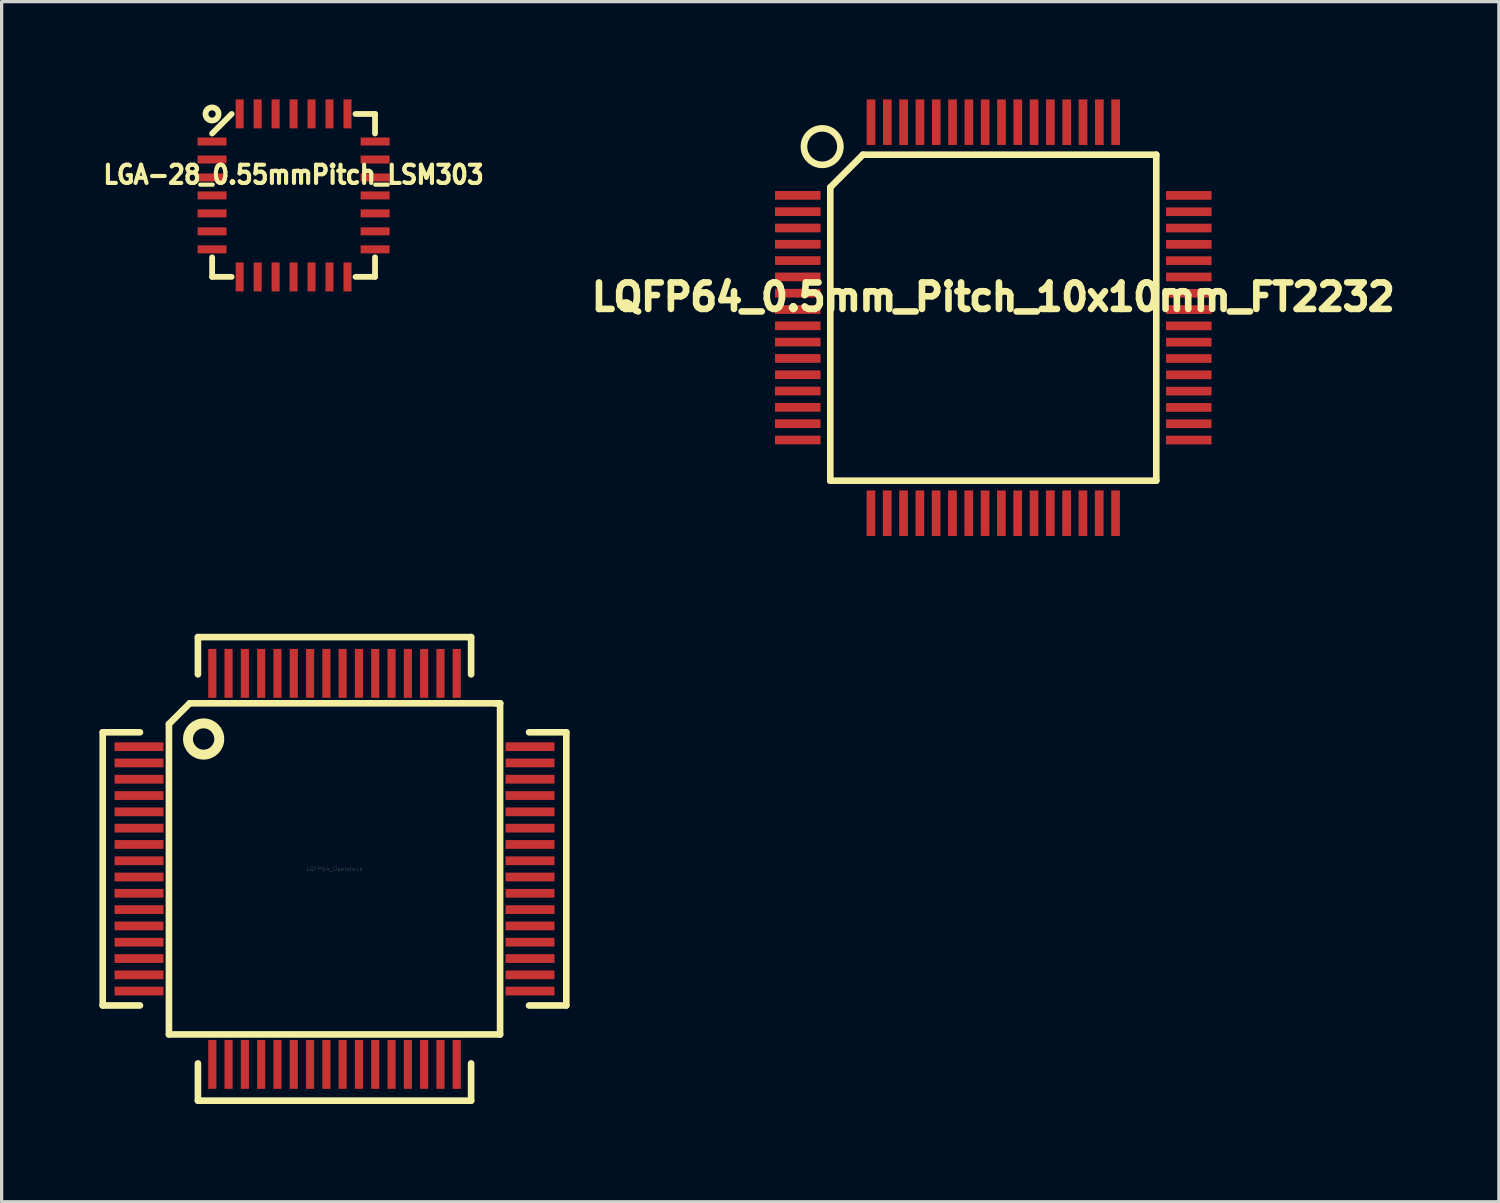
<source format=kicad_pcb>
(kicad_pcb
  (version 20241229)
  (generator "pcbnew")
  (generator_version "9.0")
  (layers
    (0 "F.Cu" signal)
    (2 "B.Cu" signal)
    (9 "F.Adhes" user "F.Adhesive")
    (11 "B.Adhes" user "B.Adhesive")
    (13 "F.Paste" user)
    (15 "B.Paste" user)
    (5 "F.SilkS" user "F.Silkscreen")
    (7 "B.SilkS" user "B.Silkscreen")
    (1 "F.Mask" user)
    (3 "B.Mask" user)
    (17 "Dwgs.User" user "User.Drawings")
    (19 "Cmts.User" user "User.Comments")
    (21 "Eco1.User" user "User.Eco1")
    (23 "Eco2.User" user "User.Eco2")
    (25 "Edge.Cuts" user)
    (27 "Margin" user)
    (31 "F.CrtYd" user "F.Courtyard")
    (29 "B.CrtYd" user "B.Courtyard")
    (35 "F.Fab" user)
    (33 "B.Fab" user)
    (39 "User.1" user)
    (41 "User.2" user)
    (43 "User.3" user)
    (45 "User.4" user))
  (footprint "LQFP64_0.5mm_Pitch_10x10mm_FT2232"
    (layer "F.Cu")
    (at 27.427 6.698)
    (property "Reference" "LQFP64_0.5mm_Pitch_10x10mm_FT2232" (at 0 -0.635 0) (layer "F.SilkS") (effects (font (size 0.813 0.813) (thickness 0.203))))
    (attr smd)
    (fp_line (start -5.001 -4) (end -4 -5.001) (stroke (width 0.203) (type solid)) (layer "F.SilkS"))
    (fp_line (start -5.001 5.001) (end -5.001 -4) (stroke (width 0.203) (type solid)) (layer "F.SilkS"))
    (fp_line (start 5.001 -5.001) (end -4 -5.001) (stroke (width 0.203) (type solid)) (layer "F.SilkS"))
    (fp_line (start 5.001 -5.001) (end 5.001 5.001) (stroke (width 0.203) (type solid)) (layer "F.SilkS"))
    (fp_line (start 5.001 5.001) (end -5.001 5.001) (stroke (width 0.203) (type solid)) (layer "F.SilkS"))
    (fp_circle (center -5.25 -5.25) (end -5.499 -5.751) (stroke (width 0.203) (type solid)) (fill no) (layer "F.SilkS"))
    (pad "1" smd rect (at -5.999 -3.754 90) (size 0.267 1.397) (layers "F.Cu" "F.Mask" "F.Paste"))
    (pad "2" smd rect (at -5.999 -3.254 90) (size 0.267 1.397) (layers "F.Cu" "F.Mask" "F.Paste"))
    (pad "3" smd rect (at -5.999 -2.753 90) (size 0.267 1.397) (layers "F.Cu" "F.Mask" "F.Paste"))
    (pad "4" smd rect (at -5.999 -2.253 90) (size 0.267 1.397) (layers "F.Cu" "F.Mask" "F.Paste"))
    (pad "5" smd rect (at -5.999 -1.753 90) (size 0.267 1.397) (layers "F.Cu" "F.Mask" "F.Paste"))
    (pad "6" smd rect (at -5.999 -1.252 90) (size 0.267 1.397) (layers "F.Cu" "F.Mask" "F.Paste"))
    (pad "7" smd rect (at -5.999 -0.752 90) (size 0.267 1.397) (layers "F.Cu" "F.Mask" "F.Paste"))
    (pad "8" smd rect (at -5.999 -0.251 90) (size 0.267 1.397) (layers "F.Cu" "F.Mask" "F.Paste"))
    (pad "9" smd rect (at -5.999 0.249 90) (size 0.267 1.397) (layers "F.Cu" "F.Mask" "F.Paste"))
    (pad "10" smd rect (at -5.999 0.749 90) (size 0.267 1.397) (layers "F.Cu" "F.Mask" "F.Paste"))
    (pad "11" smd rect (at -5.999 1.25 90) (size 0.267 1.397) (layers "F.Cu" "F.Mask" "F.Paste"))
    (pad "12" smd rect (at -5.999 1.75 90) (size 0.267 1.397) (layers "F.Cu" "F.Mask" "F.Paste"))
    (pad "13" smd rect (at -5.999 2.25 90) (size 0.267 1.397) (layers "F.Cu" "F.Mask" "F.Paste"))
    (pad "14" smd rect (at -5.999 2.751 90) (size 0.267 1.397) (layers "F.Cu" "F.Mask" "F.Paste"))
    (pad "15" smd rect (at -5.999 3.251 90) (size 0.267 1.397) (layers "F.Cu" "F.Mask" "F.Paste"))
    (pad "16" smd rect (at -5.999 3.752 90) (size 0.267 1.397) (layers "F.Cu" "F.Mask" "F.Paste"))
    (pad "17" smd rect (at -3.754 5.999) (size 0.267 1.397) (layers "F.Cu" "F.Mask" "F.Paste"))
    (pad "18" smd rect (at -3.254 5.999) (size 0.267 1.397) (layers "F.Cu" "F.Mask" "F.Paste"))
    (pad "19" smd rect (at -2.753 5.999) (size 0.267 1.397) (layers "F.Cu" "F.Mask" "F.Paste"))
    (pad "20" smd rect (at -2.253 5.999) (size 0.267 1.397) (layers "F.Cu" "F.Mask" "F.Paste"))
    (pad "21" smd rect (at -1.753 5.999) (size 0.267 1.397) (layers "F.Cu" "F.Mask" "F.Paste"))
    (pad "22" smd rect (at -1.252 5.999) (size 0.267 1.397) (layers "F.Cu" "F.Mask" "F.Paste"))
    (pad "23" smd rect (at -0.752 5.999) (size 0.267 1.397) (layers "F.Cu" "F.Mask" "F.Paste"))
    (pad "24" smd rect (at -0.251 5.999) (size 0.267 1.397) (layers "F.Cu" "F.Mask" "F.Paste"))
    (pad "25" smd rect (at 0.249 5.999) (size 0.267 1.397) (layers "F.Cu" "F.Mask" "F.Paste"))
    (pad "26" smd rect (at 0.749 5.999) (size 0.267 1.397) (layers "F.Cu" "F.Mask" "F.Paste"))
    (pad "27" smd rect (at 1.25 5.999) (size 0.267 1.397) (layers "F.Cu" "F.Mask" "F.Paste"))
    (pad "28" smd rect (at 1.75 5.999) (size 0.267 1.397) (layers "F.Cu" "F.Mask" "F.Paste"))
    (pad "29" smd rect (at 2.25 5.999) (size 0.267 1.397) (layers "F.Cu" "F.Mask" "F.Paste"))
    (pad "30" smd rect (at 2.751 5.999) (size 0.267 1.397) (layers "F.Cu" "F.Mask" "F.Paste"))
    (pad "31" smd rect (at 3.251 5.999) (size 0.267 1.397) (layers "F.Cu" "F.Mask" "F.Paste"))
    (pad "32" smd rect (at 3.752 5.999) (size 0.267 1.397) (layers "F.Cu" "F.Mask" "F.Paste"))
    (pad "33" smd rect (at 5.999 3.754 270) (size 0.267 1.397) (layers "F.Cu" "F.Mask" "F.Paste"))
    (pad "34" smd rect (at 5.999 3.254 270) (size 0.267 1.397) (layers "F.Cu" "F.Mask" "F.Paste"))
    (pad "35" smd rect (at 5.999 2.753 270) (size 0.267 1.397) (layers "F.Cu" "F.Mask" "F.Paste"))
    (pad "36" smd rect (at 5.999 2.253 270) (size 0.267 1.397) (layers "F.Cu" "F.Mask" "F.Paste"))
    (pad "37" smd rect (at 5.999 1.753 270) (size 0.267 1.397) (layers "F.Cu" "F.Mask" "F.Paste"))
    (pad "38" smd rect (at 5.999 1.252 270) (size 0.267 1.397) (layers "F.Cu" "F.Mask" "F.Paste"))
    (pad "39" smd rect (at 5.999 0.752 270) (size 0.267 1.397) (layers "F.Cu" "F.Mask" "F.Paste"))
    (pad "40" smd rect (at 5.999 0.251 270) (size 0.267 1.397) (layers "F.Cu" "F.Mask" "F.Paste"))
    (pad "41" smd rect (at 5.999 -0.249 270) (size 0.267 1.397) (layers "F.Cu" "F.Mask" "F.Paste"))
    (pad "42" smd rect (at 5.999 -0.749 270) (size 0.267 1.397) (layers "F.Cu" "F.Mask" "F.Paste"))
    (pad "43" smd rect (at 5.999 -1.25 270) (size 0.267 1.397) (layers "F.Cu" "F.Mask" "F.Paste"))
    (pad "44" smd rect (at 5.999 -1.75 270) (size 0.267 1.397) (layers "F.Cu" "F.Mask" "F.Paste"))
    (pad "45" smd rect (at 5.999 -2.25 270) (size 0.267 1.397) (layers "F.Cu" "F.Mask" "F.Paste"))
    (pad "46" smd rect (at 5.999 -2.751 270) (size 0.267 1.397) (layers "F.Cu" "F.Mask" "F.Paste"))
    (pad "47" smd rect (at 5.999 -3.251 270) (size 0.267 1.397) (layers "F.Cu" "F.Mask" "F.Paste"))
    (pad "48" smd rect (at 5.999 -3.752 270) (size 0.267 1.397) (layers "F.Cu" "F.Mask" "F.Paste"))
    (pad "49" smd rect (at 3.754 -5.999) (size 0.267 1.397) (layers "F.Cu" "F.Mask" "F.Paste"))
    (pad "50" smd rect (at 3.254 -5.999) (size 0.267 1.397) (layers "F.Cu" "F.Mask" "F.Paste"))
    (pad "51" smd rect (at 2.753 -5.999) (size 0.267 1.397) (layers "F.Cu" "F.Mask" "F.Paste"))
    (pad "52" smd rect (at 2.253 -5.999) (size 0.267 1.397) (layers "F.Cu" "F.Mask" "F.Paste"))
    (pad "53" smd rect (at 1.753 -5.999) (size 0.267 1.397) (layers "F.Cu" "F.Mask" "F.Paste"))
    (pad "54" smd rect (at 1.252 -5.999) (size 0.267 1.397) (layers "F.Cu" "F.Mask" "F.Paste"))
    (pad "55" smd rect (at 0.752 -5.999) (size 0.267 1.397) (layers "F.Cu" "F.Mask" "F.Paste"))
    (pad "56" smd rect (at 0.251 -5.999) (size 0.267 1.397) (layers "F.Cu" "F.Mask" "F.Paste"))
    (pad "57" smd rect (at -0.249 -5.999) (size 0.267 1.397) (layers "F.Cu" "F.Mask" "F.Paste"))
    (pad "58" smd rect (at -0.749 -5.999) (size 0.267 1.397) (layers "F.Cu" "F.Mask" "F.Paste"))
    (pad "59" smd rect (at -1.25 -5.999) (size 0.267 1.397) (layers "F.Cu" "F.Mask" "F.Paste"))
    (pad "60" smd rect (at -1.75 -5.999) (size 0.267 1.397) (layers "F.Cu" "F.Mask" "F.Paste"))
    (pad "61" smd rect (at -2.25 -5.999) (size 0.267 1.397) (layers "F.Cu" "F.Mask" "F.Paste"))
    (pad "62" smd rect (at -2.751 -5.999) (size 0.267 1.397) (layers "F.Cu" "F.Mask" "F.Paste"))
    (pad "63" smd rect (at -3.251 -5.999) (size 0.267 1.397) (layers "F.Cu" "F.Mask" "F.Paste"))
    (pad "64" smd rect (at -3.752 -5.999) (size 0.267 1.397) (layers "F.Cu" "F.Mask" "F.Paste")))
  (footprint "LQFP64_Opendous"
    (layer "F.Cu")
    (at 7.214 23.61)
    (property "Reference" "LQFP64_Opendous" (at 0 0 0) (layer "F.SilkS") (effects (font (size 0.127 0.127) (thickness 0.003))))
    (attr smd)
    (fp_line (start -7.112 -4.191) (end -5.969 -4.191) (stroke (width 0.203) (type solid)) (layer "F.SilkS"))
    (fp_line (start -7.112 4.191) (end -7.112 -4.191) (stroke (width 0.203) (type solid)) (layer "F.SilkS"))
    (fp_line (start -5.969 4.191) (end -7.112 4.191) (stroke (width 0.203) (type solid)) (layer "F.SilkS"))
    (fp_line (start -5.08 -4.445) (end -4.445 -5.08) (stroke (width 0.203) (type solid)) (layer "F.SilkS"))
    (fp_line (start -5.08 5.08) (end -5.08 -4.445) (stroke (width 0.203) (type solid)) (layer "F.SilkS"))
    (fp_line (start -4.191 -7.112) (end 4.191 -7.112) (stroke (width 0.203) (type solid)) (layer "F.SilkS"))
    (fp_line (start -4.191 -5.969) (end -4.191 -7.112) (stroke (width 0.203) (type solid)) (layer "F.SilkS"))
    (fp_line (start -4.191 7.112) (end -4.191 5.969) (stroke (width 0.203) (type solid)) (layer "F.SilkS"))
    (fp_line (start 4.191 -7.112) (end 4.191 -5.969) (stroke (width 0.203) (type solid)) (layer "F.SilkS"))
    (fp_line (start 4.191 5.969) (end 4.191 7.112) (stroke (width 0.203) (type solid)) (layer "F.SilkS"))
    (fp_line (start 4.191 7.112) (end -4.191 7.112) (stroke (width 0.203) (type solid)) (layer "F.SilkS"))
    (fp_line (start 4.953 -5.08) (end 5.08 -5.08) (stroke (width 0.203) (type solid)) (layer "F.SilkS"))
    (fp_line (start 5.08 -5.08) (end -4.445 -5.08) (stroke (width 0.203) (type solid)) (layer "F.SilkS"))
    (fp_line (start 5.08 -5.08) (end 5.08 5.08) (stroke (width 0.203) (type solid)) (layer "F.SilkS"))
    (fp_line (start 5.08 5.08) (end -5.08 5.08) (stroke (width 0.203) (type solid)) (layer "F.SilkS"))
    (fp_line (start 5.969 -4.191) (end 7.112 -4.191) (stroke (width 0.203) (type solid)) (layer "F.SilkS"))
    (fp_line (start 7.112 -4.191) (end 7.112 4.191) (stroke (width 0.203) (type solid)) (layer "F.SilkS"))
    (fp_line (start 7.112 4.191) (end 5.969 4.191) (stroke (width 0.203) (type solid)) (layer "F.SilkS"))
    (fp_circle (center -4.016 -3.985) (end -3.609 -3.731) (stroke (width 0.305) (type solid)) (fill no) (layer "F.SilkS"))
    (pad "1" smd rect (at -5.999 -3.749) (size 1.501 0.269) (layers "F.Cu" "F.Mask" "F.Paste"))
    (pad "2" smd rect (at -5.999 -3.251) (size 1.501 0.269) (layers "F.Cu" "F.Mask" "F.Paste"))
    (pad "3" smd rect (at -5.999 -2.751) (size 1.501 0.269) (layers "F.Cu" "F.Mask" "F.Paste"))
    (pad "4" smd rect (at -5.999 -2.25) (size 1.501 0.269) (layers "F.Cu" "F.Mask" "F.Paste"))
    (pad "5" smd rect (at -5.999 -1.75) (size 1.501 0.269) (layers "F.Cu" "F.Mask" "F.Paste"))
    (pad "6" smd rect (at -5.999 -1.25) (size 1.501 0.269) (layers "F.Cu" "F.Mask" "F.Paste"))
    (pad "7" smd rect (at -5.999 -0.749) (size 1.501 0.269) (layers "F.Cu" "F.Mask" "F.Paste"))
    (pad "8" smd rect (at -5.999 -0.249) (size 1.501 0.269) (layers "F.Cu" "F.Mask" "F.Paste"))
    (pad "9" smd rect (at -5.999 0.249) (size 1.501 0.269) (layers "F.Cu" "F.Mask" "F.Paste"))
    (pad "10" smd rect (at -5.999 0.749) (size 1.501 0.269) (layers "F.Cu" "F.Mask" "F.Paste"))
    (pad "11" smd rect (at -5.999 1.25) (size 1.501 0.269) (layers "F.Cu" "F.Mask" "F.Paste"))
    (pad "12" smd rect (at -5.999 1.75) (size 1.501 0.269) (layers "F.Cu" "F.Mask" "F.Paste"))
    (pad "13" smd rect (at -5.999 2.25) (size 1.501 0.269) (layers "F.Cu" "F.Mask" "F.Paste"))
    (pad "14" smd rect (at -5.999 2.751) (size 1.501 0.269) (layers "F.Cu" "F.Mask" "F.Paste"))
    (pad "15" smd rect (at -5.999 3.251) (size 1.501 0.269) (layers "F.Cu" "F.Mask" "F.Paste"))
    (pad "16" smd rect (at -5.999 3.749) (size 1.501 0.269) (layers "F.Cu" "F.Mask" "F.Paste"))
    (pad "17" smd rect (at -3.749 5.999) (size 0.249 1.501) (layers "F.Cu" "F.Mask" "F.Paste"))
    (pad "18" smd rect (at -3.251 5.999) (size 0.249 1.501) (layers "F.Cu" "F.Mask" "F.Paste"))
    (pad "19" smd rect (at -2.751 5.999) (size 0.249 1.501) (layers "F.Cu" "F.Mask" "F.Paste"))
    (pad "20" smd rect (at -2.25 5.999) (size 0.249 1.501) (layers "F.Cu" "F.Mask" "F.Paste"))
    (pad "21" smd rect (at -1.75 5.999) (size 0.249 1.501) (layers "F.Cu" "F.Mask" "F.Paste"))
    (pad "22" smd rect (at -1.25 5.999) (size 0.249 1.501) (layers "F.Cu" "F.Mask" "F.Paste"))
    (pad "23" smd rect (at -0.749 5.999) (size 0.249 1.501) (layers "F.Cu" "F.Mask" "F.Paste"))
    (pad "24" smd rect (at -0.249 5.999) (size 0.249 1.501) (layers "F.Cu" "F.Mask" "F.Paste"))
    (pad "25" smd rect (at 0.249 5.999) (size 0.249 1.501) (layers "F.Cu" "F.Mask" "F.Paste"))
    (pad "26" smd rect (at 0.749 5.999) (size 0.249 1.501) (layers "F.Cu" "F.Mask" "F.Paste"))
    (pad "27" smd rect (at 1.25 5.999) (size 0.249 1.501) (layers "F.Cu" "F.Mask" "F.Paste"))
    (pad "28" smd rect (at 1.75 5.999) (size 0.249 1.501) (layers "F.Cu" "F.Mask" "F.Paste"))
    (pad "29" smd rect (at 2.25 5.999) (size 0.249 1.501) (layers "F.Cu" "F.Mask" "F.Paste"))
    (pad "30" smd rect (at 2.751 5.999) (size 0.249 1.501) (layers "F.Cu" "F.Mask" "F.Paste"))
    (pad "31" smd rect (at 3.251 5.999) (size 0.249 1.501) (layers "F.Cu" "F.Mask" "F.Paste"))
    (pad "32" smd rect (at 3.749 5.999) (size 0.249 1.501) (layers "F.Cu" "F.Mask" "F.Paste"))
    (pad "33" smd rect (at 5.999 3.749) (size 1.501 0.269) (layers "F.Cu" "F.Mask" "F.Paste"))
    (pad "34" smd rect (at 5.999 3.251) (size 1.501 0.269) (layers "F.Cu" "F.Mask" "F.Paste"))
    (pad "35" smd rect (at 5.999 2.751) (size 1.501 0.269) (layers "F.Cu" "F.Mask" "F.Paste"))
    (pad "36" smd rect (at 5.999 2.25) (size 1.501 0.269) (layers "F.Cu" "F.Mask" "F.Paste"))
    (pad "37" smd rect (at 5.999 1.75) (size 1.501 0.269) (layers "F.Cu" "F.Mask" "F.Paste"))
    (pad "38" smd rect (at 5.999 1.25) (size 1.501 0.269) (layers "F.Cu" "F.Mask" "F.Paste"))
    (pad "39" smd rect (at 5.999 0.749) (size 1.501 0.269) (layers "F.Cu" "F.Mask" "F.Paste"))
    (pad "40" smd rect (at 5.999 0.249) (size 1.501 0.269) (layers "F.Cu" "F.Mask" "F.Paste"))
    (pad "41" smd rect (at 5.999 -0.249) (size 1.501 0.269) (layers "F.Cu" "F.Mask" "F.Paste"))
    (pad "42" smd rect (at 5.999 -0.749) (size 1.501 0.269) (layers "F.Cu" "F.Mask" "F.Paste"))
    (pad "43" smd rect (at 5.999 -1.25) (size 1.501 0.269) (layers "F.Cu" "F.Mask" "F.Paste"))
    (pad "44" smd rect (at 5.999 -1.75) (size 1.501 0.269) (layers "F.Cu" "F.Mask" "F.Paste"))
    (pad "45" smd rect (at 5.999 -2.25) (size 1.501 0.269) (layers "F.Cu" "F.Mask" "F.Paste"))
    (pad "46" smd rect (at 5.999 -2.751) (size 1.501 0.269) (layers "F.Cu" "F.Mask" "F.Paste"))
    (pad "47" smd rect (at 5.999 -3.251) (size 1.501 0.269) (layers "F.Cu" "F.Mask" "F.Paste"))
    (pad "48" smd rect (at 5.999 -3.749) (size 1.501 0.269) (layers "F.Cu" "F.Mask" "F.Paste"))
    (pad "49" smd rect (at 3.749 -5.999) (size 0.249 1.501) (layers "F.Cu" "F.Mask" "F.Paste"))
    (pad "50" smd rect (at 3.251 -5.999) (size 0.249 1.501) (layers "F.Cu" "F.Mask" "F.Paste"))
    (pad "51" smd rect (at 2.751 -5.999) (size 0.249 1.501) (layers "F.Cu" "F.Mask" "F.Paste"))
    (pad "52" smd rect (at 2.25 -5.999) (size 0.249 1.501) (layers "F.Cu" "F.Mask" "F.Paste"))
    (pad "53" smd rect (at 1.75 -5.999) (size 0.249 1.501) (layers "F.Cu" "F.Mask" "F.Paste"))
    (pad "54" smd rect (at 1.25 -5.999) (size 0.249 1.501) (layers "F.Cu" "F.Mask" "F.Paste"))
    (pad "55" smd rect (at 0.749 -5.999) (size 0.249 1.501) (layers "F.Cu" "F.Mask" "F.Paste"))
    (pad "56" smd rect (at 0.249 -5.999) (size 0.249 1.501) (layers "F.Cu" "F.Mask" "F.Paste"))
    (pad "57" smd rect (at -0.249 -5.999) (size 0.249 1.501) (layers "F.Cu" "F.Mask" "F.Paste"))
    (pad "58" smd rect (at -0.749 -5.999) (size 0.249 1.501) (layers "F.Cu" "F.Mask" "F.Paste"))
    (pad "59" smd rect (at -1.25 -5.999) (size 0.249 1.501) (layers "F.Cu" "F.Mask" "F.Paste"))
    (pad "60" smd rect (at -1.75 -5.999) (size 0.249 1.501) (layers "F.Cu" "F.Mask" "F.Paste"))
    (pad "61" smd rect (at -2.25 -5.999) (size 0.249 1.501) (layers "F.Cu" "F.Mask" "F.Paste"))
    (pad "62" smd rect (at -2.751 -5.999) (size 0.249 1.501) (layers "F.Cu" "F.Mask" "F.Paste"))
    (pad "63" smd rect (at -3.251 -5.999) (size 0.249 1.501) (layers "F.Cu" "F.Mask" "F.Paste"))
    (pad "64" smd rect (at -3.749 -5.999) (size 0.249 1.501) (layers "F.Cu" "F.Mask" "F.Paste")))
  (footprint "LGA-28_0.55mmPitch_LSM303"
    (layer "F.Cu")
    (at 5.958 2.946)
    (property "Reference" "LGA-28_0.55mmPitch_LSM303" (at 0 -0.635 0) (layer "F.SilkS") (effects (font (size 0.559 0.508) (thickness 0.127))))
    (attr smd)
    (fp_line (start -2.499 -1.9) (end -1.9 -2.499) (stroke (width 0.178) (type solid)) (layer "F.SilkS"))
    (fp_line (start -2.499 2.499) (end -2.499 1.9) (stroke (width 0.178) (type solid)) (layer "F.SilkS"))
    (fp_line (start -2.499 2.499) (end -1.9 2.499) (stroke (width 0.178) (type solid)) (layer "F.SilkS"))
    (fp_line (start 2.499 -2.499) (end 1.9 -2.499) (stroke (width 0.178) (type solid)) (layer "F.SilkS"))
    (fp_line (start 2.499 -2.499) (end 2.499 -1.9) (stroke (width 0.178) (type solid)) (layer "F.SilkS"))
    (fp_line (start 2.499 2.499) (end 1.9 2.499) (stroke (width 0.178) (type solid)) (layer "F.SilkS"))
    (fp_line (start 2.499 2.499) (end 2.499 1.9) (stroke (width 0.178) (type solid)) (layer "F.SilkS"))
    (fp_circle (center -2.502 -2.499) (end -2.301 -2.499) (stroke (width 0.178) (type solid)) (fill no) (layer "F.SilkS"))
    (pad "1" smd rect (at -2.502 -1.654 90) (size 0.246 0.889) (layers "F.Cu" "F.Mask" "F.Paste"))
    (pad "2" smd rect (at -2.502 -1.102 90) (size 0.246 0.889) (layers "F.Cu" "F.Mask" "F.Paste"))
    (pad "3" smd rect (at -2.502 -0.551 90) (size 0.246 0.889) (layers "F.Cu" "F.Mask" "F.Paste"))
    (pad "4" smd rect (at -2.502 0 90) (size 0.246 0.889) (layers "F.Cu" "F.Mask" "F.Paste"))
    (pad "5" smd rect (at -2.502 0.551 90) (size 0.246 0.889) (layers "F.Cu" "F.Mask" "F.Paste"))
    (pad "6" smd rect (at -2.502 1.102 90) (size 0.246 0.889) (layers "F.Cu" "F.Mask" "F.Paste"))
    (pad "7" smd rect (at -2.502 1.654 90) (size 0.246 0.889) (layers "F.Cu" "F.Mask" "F.Paste"))
    (pad "8" smd rect (at -1.654 2.502) (size 0.246 0.889) (layers "F.Cu" "F.Mask" "F.Paste"))
    (pad "9" smd rect (at -1.102 2.502) (size 0.246 0.889) (layers "F.Cu" "F.Mask" "F.Paste"))
    (pad "10" smd rect (at -0.551 2.502) (size 0.246 0.889) (layers "F.Cu" "F.Mask" "F.Paste"))
    (pad "11" smd rect (at 0 2.502) (size 0.246 0.889) (layers "F.Cu" "F.Mask" "F.Paste"))
    (pad "12" smd rect (at 0.551 2.502) (size 0.246 0.889) (layers "F.Cu" "F.Mask" "F.Paste"))
    (pad "13" smd rect (at 1.102 2.502) (size 0.246 0.889) (layers "F.Cu" "F.Mask" "F.Paste"))
    (pad "14" smd rect (at 1.654 2.502) (size 0.246 0.889) (layers "F.Cu" "F.Mask" "F.Paste"))
    (pad "15" smd rect (at 2.502 1.654 270) (size 0.246 0.889) (layers "F.Cu" "F.Mask" "F.Paste"))
    (pad "16" smd rect (at 2.502 1.102 270) (size 0.246 0.889) (layers "F.Cu" "F.Mask" "F.Paste"))
    (pad "17" smd rect (at 2.502 0.551 270) (size 0.246 0.889) (layers "F.Cu" "F.Mask" "F.Paste"))
    (pad "18" smd rect (at 2.502 0 270) (size 0.246 0.889) (layers "F.Cu" "F.Mask" "F.Paste"))
    (pad "19" smd rect (at 2.502 -0.551 270) (size 0.246 0.889) (layers "F.Cu" "F.Mask" "F.Paste"))
    (pad "20" smd rect (at 2.502 -1.102 270) (size 0.246 0.889) (layers "F.Cu" "F.Mask" "F.Paste"))
    (pad "21" smd rect (at 2.502 -1.654 270) (size 0.246 0.889) (layers "F.Cu" "F.Mask" "F.Paste"))
    (pad "22" smd rect (at 1.654 -2.502) (size 0.246 0.889) (layers "F.Cu" "F.Mask" "F.Paste"))
    (pad "23" smd rect (at 1.102 -2.502) (size 0.246 0.889) (layers "F.Cu" "F.Mask" "F.Paste"))
    (pad "24" smd rect (at 0.551 -2.502) (size 0.246 0.889) (layers "F.Cu" "F.Mask" "F.Paste"))
    (pad "25" smd rect (at 0 -2.502) (size 0.246 0.889) (layers "F.Cu" "F.Mask" "F.Paste"))
    (pad "26" smd rect (at -0.551 -2.502) (size 0.246 0.889) (layers "F.Cu" "F.Mask" "F.Paste"))
    (pad "27" smd rect (at -1.102 -2.502) (size 0.246 0.889) (layers "F.Cu" "F.Mask" "F.Paste"))
    (pad "28" smd rect (at -1.654 -2.502) (size 0.246 0.889) (layers "F.Cu" "F.Mask" "F.Paste")))
  (gr_rect
    (start -3 -3)
    (end 42.94 33.823)
    (stroke (width 0.1) (type default))
    (fill no)
    (layer "Edge.Cuts")))
</source>
